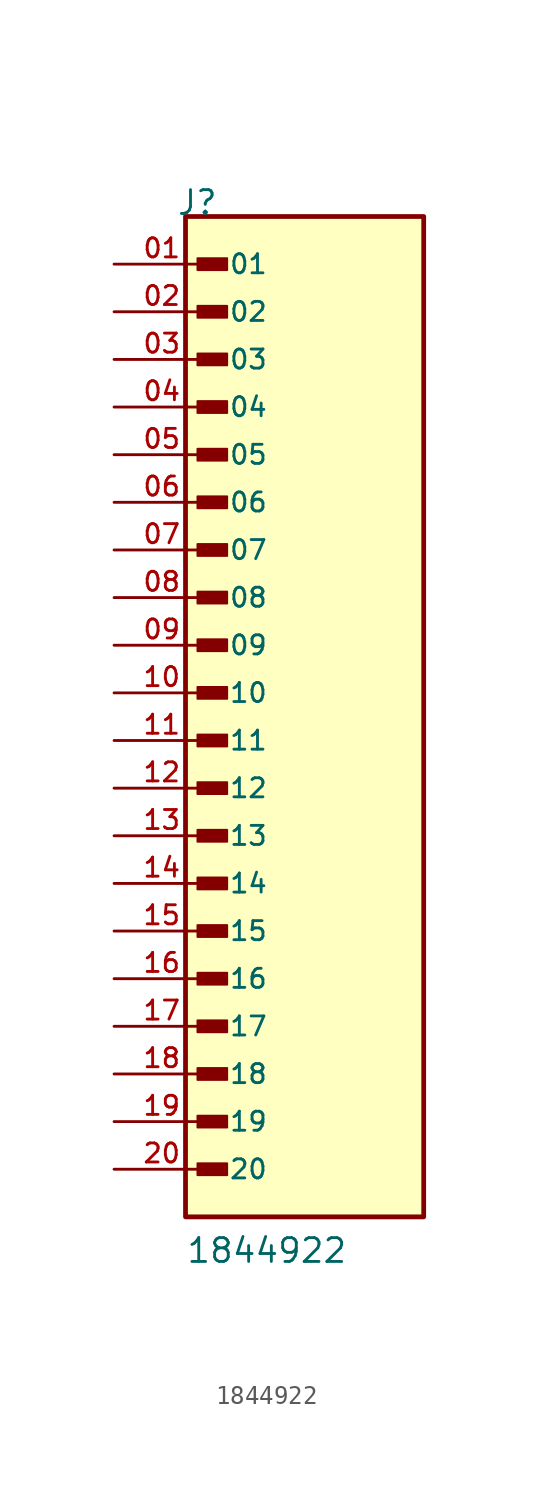
<source format=kicad_sym>
(kicad_symbol_lib
  (version 20211014)
  (generator kicad_symbol_editor)
  (symbol "1844922"
    (pin_names
      (offset 1.016))
    (property "Reference" "J"
      (at -6.85 27.94 0)
      (effects (font (size 1.27 1.27)) (justify bottom left)))
    (property "Value" "1844922"
      (at -6.35 -27.94 0)
      (effects (font (size 1.27 1.27)) (justify bottom left)))
    (symbol "1844922_0_0"
      (rectangle (start -5.715 25.082) (end -4.128 25.718) (stroke (width 0.1)) (fill (type outline)))
      (rectangle (start -5.715 22.543) (end -4.128 23.177) (stroke (width 0.1)) (fill (type outline)))
      (rectangle (start -5.715 20.003) (end -4.128 20.637) (stroke (width 0.1)) (fill (type outline)))
      (rectangle (start -5.715 17.462) (end -4.128 18.098) (stroke (width 0.1)) (fill (type outline)))
      (rectangle (start -5.715 14.922) (end -4.128 15.557) (stroke (width 0.1)) (fill (type outline)))
      (rectangle (start -5.715 12.383) (end -4.128 13.018) (stroke (width 0.1)) (fill (type outline)))
      (rectangle (start -5.715 9.842) (end -4.128 10.477) (stroke (width 0.1)) (fill (type outline)))
      (rectangle (start -5.715 7.303) (end -4.128 7.938) (stroke (width 0.1)) (fill (type outline)))
      (rectangle (start -5.715 4.763) (end -4.128 5.397) (stroke (width 0.1)) (fill (type outline)))
      (rectangle (start -5.715 2.223) (end -4.128 2.857) (stroke (width 0.1)) (fill (type outline)))
      (rectangle (start -5.715 -0.318) (end -4.128 0.318) (stroke (width 0.1)) (fill (type outline)))
      (rectangle (start -5.715 -2.857) (end -4.128 -2.223) (stroke (width 0.1)) (fill (type outline)))
      (rectangle (start -5.715 -5.397) (end -4.128 -4.763) (stroke (width 0.1)) (fill (type outline)))
      (rectangle (start -5.715 -7.938) (end -4.128 -7.303) (stroke (width 0.1)) (fill (type outline)))
      (rectangle (start -5.715 -10.477) (end -4.128 -9.842) (stroke (width 0.1)) (fill (type outline)))
      (rectangle (start -5.715 -13.018) (end -4.128 -12.383) (stroke (width 0.1)) (fill (type outline)))
      (rectangle (start -5.715 -15.557) (end -4.128 -14.922) (stroke (width 0.1)) (fill (type outline)))
      (rectangle (start -5.715 -18.098) (end -4.128 -17.462) (stroke (width 0.1)) (fill (type outline)))
      (rectangle (start -5.715 -20.637) (end -4.128 -20.003) (stroke (width 0.1)) (fill (type outline)))
      (rectangle (start -5.715 -23.177) (end -4.128 -22.543) (stroke (width 0.1)) (fill (type outline)))
      (rectangle (start -6.35 -25.4) (end 6.35 27.94) (stroke (width 0.254)) (fill (type background)))
      (pin passive line (at -10.16 25.4 0) (length 5.08) (name "01" (effects (font (size 1.016 1.016)))) (number "01" (effects (font (size 1.016 1.016)))))
      (pin passive line (at -10.16 22.86 0) (length 5.08) (name "02" (effects (font (size 1.016 1.016)))) (number "02" (effects (font (size 1.016 1.016)))))
      (pin passive line (at -10.16 20.32 0) (length 5.08) (name "03" (effects (font (size 1.016 1.016)))) (number "03" (effects (font (size 1.016 1.016)))))
      (pin passive line (at -10.16 17.78 0) (length 5.08) (name "04" (effects (font (size 1.016 1.016)))) (number "04" (effects (font (size 1.016 1.016)))))
      (pin passive line (at -10.16 15.24 0) (length 5.08) (name "05" (effects (font (size 1.016 1.016)))) (number "05" (effects (font (size 1.016 1.016)))))
      (pin passive line (at -10.16 12.7 0) (length 5.08) (name "06" (effects (font (size 1.016 1.016)))) (number "06" (effects (font (size 1.016 1.016)))))
      (pin passive line (at -10.16 10.16 0) (length 5.08) (name "07" (effects (font (size 1.016 1.016)))) (number "07" (effects (font (size 1.016 1.016)))))
      (pin passive line (at -10.16 7.62 0) (length 5.08) (name "08" (effects (font (size 1.016 1.016)))) (number "08" (effects (font (size 1.016 1.016)))))
      (pin passive line (at -10.16 5.08 0) (length 5.08) (name "09" (effects (font (size 1.016 1.016)))) (number "09" (effects (font (size 1.016 1.016)))))
      (pin passive line (at -10.16 2.54 0) (length 5.08) (name "10" (effects (font (size 1.016 1.016)))) (number "10" (effects (font (size 1.016 1.016)))))
      (pin passive line (at -10.16 0.0 0) (length 5.08) (name "11" (effects (font (size 1.016 1.016)))) (number "11" (effects (font (size 1.016 1.016)))))
      (pin passive line (at -10.16 -2.54 0) (length 5.08) (name "12" (effects (font (size 1.016 1.016)))) (number "12" (effects (font (size 1.016 1.016)))))
      (pin passive line (at -10.16 -5.08 0) (length 5.08) (name "13" (effects (font (size 1.016 1.016)))) (number "13" (effects (font (size 1.016 1.016)))))
      (pin passive line (at -10.16 -7.62 0) (length 5.08) (name "14" (effects (font (size 1.016 1.016)))) (number "14" (effects (font (size 1.016 1.016)))))
      (pin passive line (at -10.16 -10.16 0) (length 5.08) (name "15" (effects (font (size 1.016 1.016)))) (number "15" (effects (font (size 1.016 1.016)))))
      (pin passive line (at -10.16 -12.7 0) (length 5.08) (name "16" (effects (font (size 1.016 1.016)))) (number "16" (effects (font (size 1.016 1.016)))))
      (pin passive line (at -10.16 -15.24 0) (length 5.08) (name "17" (effects (font (size 1.016 1.016)))) (number "17" (effects (font (size 1.016 1.016)))))
      (pin passive line (at -10.16 -17.78 0) (length 5.08) (name "18" (effects (font (size 1.016 1.016)))) (number "18" (effects (font (size 1.016 1.016)))))
      (pin passive line (at -10.16 -20.32 0) (length 5.08) (name "19" (effects (font (size 1.016 1.016)))) (number "19" (effects (font (size 1.016 1.016)))))
      (pin passive line (at -10.16 -22.86 0) (length 5.08) (name "20" (effects (font (size 1.016 1.016)))) (number "20" (effects (font (size 1.016 1.016))))))))
</source>
